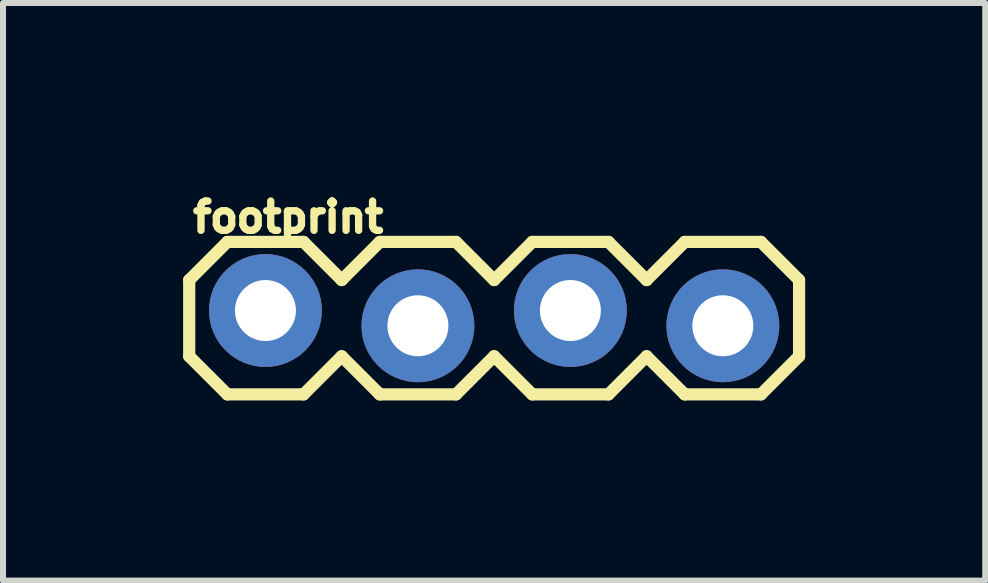
<source format=kicad_pcb>
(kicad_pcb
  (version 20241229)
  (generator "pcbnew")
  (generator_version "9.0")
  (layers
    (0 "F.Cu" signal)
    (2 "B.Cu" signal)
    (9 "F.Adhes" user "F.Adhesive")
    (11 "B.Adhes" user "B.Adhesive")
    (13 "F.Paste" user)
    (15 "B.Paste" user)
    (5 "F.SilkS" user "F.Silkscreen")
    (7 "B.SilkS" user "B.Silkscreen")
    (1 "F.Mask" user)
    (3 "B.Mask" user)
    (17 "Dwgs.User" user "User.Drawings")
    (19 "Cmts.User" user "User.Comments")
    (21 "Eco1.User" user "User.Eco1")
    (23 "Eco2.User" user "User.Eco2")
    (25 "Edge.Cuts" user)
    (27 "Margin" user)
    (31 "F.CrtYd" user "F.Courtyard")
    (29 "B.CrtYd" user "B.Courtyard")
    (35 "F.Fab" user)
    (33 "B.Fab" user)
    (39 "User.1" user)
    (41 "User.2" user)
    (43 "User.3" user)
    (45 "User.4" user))
  (footprint "footprint"
    (layer "F.Cu")
    (at 1.372 2.25)
    (property "Reference" "footprint" (at -1.27 -1.397 0) (layer "F.SilkS") (effects (font (size 0.488 0.488) (thickness 0.122)) (justify left bottom)))
    (fp_line (start -1.27 -0.635) (end -1.27 0.635) (stroke (width 0.203) (type solid)) (layer "F.SilkS"))
    (fp_line (start -1.27 0.635) (end -0.635 1.27) (stroke (width 0.203) (type solid)) (layer "F.SilkS"))
    (fp_line (start -0.635 -1.27) (end -1.27 -0.635) (stroke (width 0.203) (type solid)) (layer "F.SilkS"))
    (fp_line (start -0.635 -1.27) (end 0.635 -1.27) (stroke (width 0.203) (type solid)) (layer "F.SilkS"))
    (fp_line (start 0.635 -1.27) (end 1.27 -0.635) (stroke (width 0.203) (type solid)) (layer "F.SilkS"))
    (fp_line (start 0.635 1.27) (end -0.635 1.27) (stroke (width 0.203) (type solid)) (layer "F.SilkS"))
    (fp_line (start 1.27 -0.635) (end 1.905 -1.27) (stroke (width 0.203) (type solid)) (layer "F.SilkS"))
    (fp_line (start 1.27 0.635) (end 0.635 1.27) (stroke (width 0.203) (type solid)) (layer "F.SilkS"))
    (fp_line (start 1.905 -1.27) (end 3.175 -1.27) (stroke (width 0.203) (type solid)) (layer "F.SilkS"))
    (fp_line (start 1.905 1.27) (end 1.27 0.635) (stroke (width 0.203) (type solid)) (layer "F.SilkS"))
    (fp_line (start 3.175 -1.27) (end 3.81 -0.635) (stroke (width 0.203) (type solid)) (layer "F.SilkS"))
    (fp_line (start 3.175 1.27) (end 1.905 1.27) (stroke (width 0.203) (type solid)) (layer "F.SilkS"))
    (fp_line (start 3.81 -0.635) (end 4.445 -1.27) (stroke (width 0.203) (type solid)) (layer "F.SilkS"))
    (fp_line (start 3.81 0.635) (end 3.175 1.27) (stroke (width 0.203) (type solid)) (layer "F.SilkS"))
    (fp_line (start 4.445 -1.27) (end 5.715 -1.27) (stroke (width 0.203) (type solid)) (layer "F.SilkS"))
    (fp_line (start 4.445 1.27) (end 3.81 0.635) (stroke (width 0.203) (type solid)) (layer "F.SilkS"))
    (fp_line (start 5.715 -1.27) (end 6.35 -0.635) (stroke (width 0.203) (type solid)) (layer "F.SilkS"))
    (fp_line (start 5.715 1.27) (end 4.445 1.27) (stroke (width 0.203) (type solid)) (layer "F.SilkS"))
    (fp_line (start 6.35 0.635) (end 5.715 1.27) (stroke (width 0.203) (type solid)) (layer "F.SilkS"))
    (fp_line (start 6.35 0.635) (end 6.985 1.27) (stroke (width 0.203) (type solid)) (layer "F.SilkS"))
    (fp_line (start 6.985 -1.27) (end 6.35 -0.635) (stroke (width 0.203) (type solid)) (layer "F.SilkS"))
    (fp_line (start 6.985 -1.27) (end 8.255 -1.27) (stroke (width 0.203) (type solid)) (layer "F.SilkS"))
    (fp_line (start 8.255 -1.27) (end 8.89 -0.635) (stroke (width 0.203) (type solid)) (layer "F.SilkS"))
    (fp_line (start 8.255 1.27) (end 6.985 1.27) (stroke (width 0.203) (type solid)) (layer "F.SilkS"))
    (fp_line (start 8.89 -0.635) (end 8.89 0.635) (stroke (width 0.203) (type solid)) (layer "F.SilkS"))
    (fp_line (start 8.89 0.635) (end 8.255 1.27) (stroke (width 0.203) (type solid)) (layer "F.SilkS"))
    (fp_poly (pts (xy -0.254 0.254) (xy 0.254 0.254) (xy 0.254 -0.254) (xy -0.254 -0.254)) (stroke (width 0.1) (type solid)) (fill no) (layer "F.Fab"))
    (fp_poly (pts (xy 2.286 0.254) (xy 2.794 0.254) (xy 2.794 -0.254) (xy 2.286 -0.254)) (stroke (width 0.1) (type solid)) (fill no) (layer "F.Fab"))
    (fp_poly (pts (xy 4.826 0.254) (xy 5.334 0.254) (xy 5.334 -0.254) (xy 4.826 -0.254)) (stroke (width 0.1) (type solid)) (fill no) (layer "F.Fab"))
    (fp_poly (pts (xy 7.366 0.254) (xy 7.874 0.254) (xy 7.874 -0.254) (xy 7.366 -0.254)) (stroke (width 0.1) (type solid)) (fill no) (layer "F.Fab"))
    (pad "1" thru_hole circle (at 0 -0.127 90) (size 1.88 1.88) (drill 1.016) (layers "*.Cu" "*.Mask"))
    (pad "2" thru_hole circle (at 2.54 0.127 90) (size 1.88 1.88) (drill 1.016) (layers "*.Cu" "*.Mask"))
    (pad "3" thru_hole circle (at 5.08 -0.127 90) (size 1.88 1.88) (drill 1.016) (layers "*.Cu" "*.Mask"))
    (pad "4" thru_hole circle (at 7.62 0.127 90) (size 1.88 1.88) (drill 1.016) (layers "*.Cu" "*.Mask")))
  (gr_rect
    (start -3 -3)
    (end 13.363 6.622)
    (stroke (width 0.1) (type default))
    (fill no)
    (layer "Edge.Cuts")))
</source>
